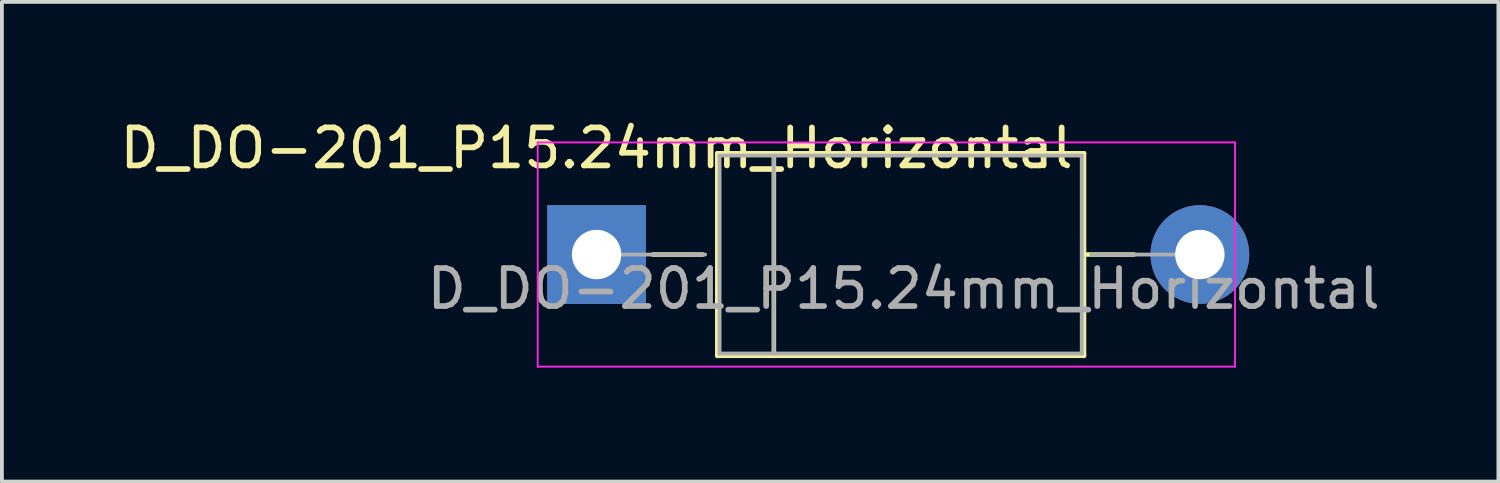
<source format=kicad_pcb>
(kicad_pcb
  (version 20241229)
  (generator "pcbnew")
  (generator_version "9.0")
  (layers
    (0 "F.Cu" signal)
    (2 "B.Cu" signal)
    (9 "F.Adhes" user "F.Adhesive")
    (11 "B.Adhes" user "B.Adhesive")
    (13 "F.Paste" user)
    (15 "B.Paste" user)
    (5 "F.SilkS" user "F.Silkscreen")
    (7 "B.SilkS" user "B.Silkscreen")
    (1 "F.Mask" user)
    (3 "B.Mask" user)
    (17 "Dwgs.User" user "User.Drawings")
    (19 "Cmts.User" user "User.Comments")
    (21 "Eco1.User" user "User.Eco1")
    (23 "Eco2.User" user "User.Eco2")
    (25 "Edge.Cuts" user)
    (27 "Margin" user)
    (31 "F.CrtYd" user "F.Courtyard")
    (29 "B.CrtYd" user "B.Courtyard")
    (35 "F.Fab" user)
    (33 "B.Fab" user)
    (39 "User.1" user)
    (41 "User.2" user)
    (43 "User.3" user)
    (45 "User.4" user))
  (footprint "D_DO-201_P15.24mm_Horizontal"
    (layer "F.Cu")
    (at 12.649 3.648)
    (property "Reference" "D_DO-201_P15.24mm_Horizontal" (at 0 -2.8 0) (layer "F.SilkS") (effects (font (size 1 1) (thickness 0.15))))
    (attr through_hole)
    (fp_line (start 1.48 0) (end 2.795 0) (stroke (width 0.12) (type solid)) (layer "F.SilkS"))
    (fp_line (start 3.176 -2.665) (end 3.176 2.665) (stroke (width 0.12) (type solid)) (layer "F.SilkS"))
    (fp_line (start 3.176 2.665) (end 12.826 2.665) (stroke (width 0.12) (type solid)) (layer "F.SilkS"))
    (fp_line (start 4.665 -2.665) (end 4.665 2.665) (stroke (width 0.12) (type solid)) (layer "F.SilkS"))
    (fp_line (start 12.826 -2.665) (end 3.176 -2.665) (stroke (width 0.12) (type solid)) (layer "F.SilkS"))
    (fp_line (start 12.826 2.665) (end 12.826 -2.665) (stroke (width 0.12) (type solid)) (layer "F.SilkS"))
    (fp_line (start 14.141 0) (end 12.826 0) (stroke (width 0.12) (type solid)) (layer "F.SilkS"))
    (fp_line (start -1.55 -2.95) (end -1.55 2.95) (stroke (width 0.05) (type solid)) (layer "F.CrtYd"))
    (fp_line (start -1.55 2.95) (end 16.8 2.95) (stroke (width 0.05) (type solid)) (layer "F.CrtYd"))
    (fp_line (start 16.8 -2.95) (end -1.55 -2.95) (stroke (width 0.05) (type solid)) (layer "F.CrtYd"))
    (fp_line (start 16.8 2.95) (end 16.8 -2.95) (stroke (width 0.05) (type solid)) (layer "F.CrtYd"))
    (fp_line (start 0 0) (end 2.855 0) (stroke (width 0.1) (type solid)) (layer "F.Fab"))
    (fp_line (start 3.236 -2.605) (end 3.236 2.605) (stroke (width 0.1) (type solid)) (layer "F.Fab"))
    (fp_line (start 3.236 2.605) (end 12.766 2.605) (stroke (width 0.1) (type solid)) (layer "F.Fab"))
    (fp_line (start 4.665 -2.605) (end 4.665 2.605) (stroke (width 0.1) (type solid)) (layer "F.Fab"))
    (fp_line (start 12.766 -2.605) (end 3.236 -2.605) (stroke (width 0.1) (type solid)) (layer "F.Fab"))
    (fp_line (start 12.766 2.605) (end 12.766 -2.605) (stroke (width 0.1) (type solid)) (layer "F.Fab"))
    (fp_line (start 15.875 0) (end 13.02 0) (stroke (width 0.1) (type solid)) (layer "F.Fab"))
    (fp_text user "${REFERENCE}" (at 8.081 0.9 0) (layer "F.Fab") (effects (font (size 1 1) (thickness 0.15))))
    (pad "1" thru_hole rect (at 0 0) (size 2.6 2.6) (drill 1.3) (layers "*.Cu" "*.Mask"))
    (pad "2" thru_hole oval (at 15.875 0) (size 2.6 2.6) (drill 1.3) (layers "*.Cu" "*.Mask")))
  (gr_rect
    (start -3 -3)
    (end 36.379 9.623)
    (stroke (width 0.1) (type default))
    (fill no)
    (layer "Edge.Cuts")))
</source>
